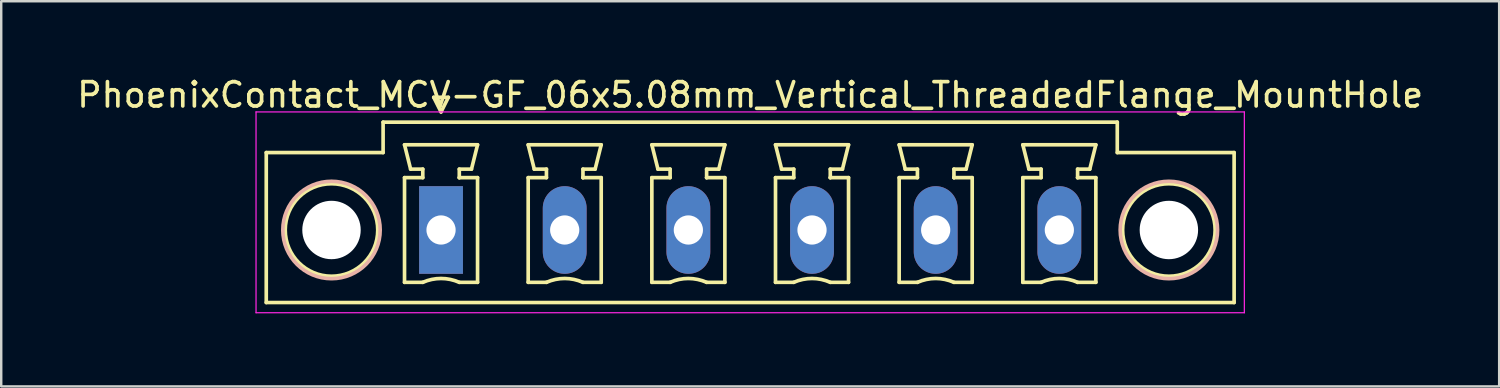
<source format=kicad_pcb>
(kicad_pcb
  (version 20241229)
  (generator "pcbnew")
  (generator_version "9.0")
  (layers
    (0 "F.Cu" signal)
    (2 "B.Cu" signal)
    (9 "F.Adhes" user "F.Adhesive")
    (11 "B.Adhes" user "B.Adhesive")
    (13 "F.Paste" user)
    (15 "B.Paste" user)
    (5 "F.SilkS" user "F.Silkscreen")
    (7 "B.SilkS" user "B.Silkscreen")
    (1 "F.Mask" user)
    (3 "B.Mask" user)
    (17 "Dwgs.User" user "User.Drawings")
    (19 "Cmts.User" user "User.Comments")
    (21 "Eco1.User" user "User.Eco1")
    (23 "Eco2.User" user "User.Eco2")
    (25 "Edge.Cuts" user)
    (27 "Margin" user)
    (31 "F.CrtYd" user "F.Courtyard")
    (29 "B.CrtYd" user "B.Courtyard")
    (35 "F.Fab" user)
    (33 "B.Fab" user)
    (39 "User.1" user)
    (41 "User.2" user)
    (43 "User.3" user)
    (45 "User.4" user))
  (footprint "PhoenixContact_MCV-GF_06x5.08mm_Vertical_ThreadedFlange_MountHole"
    (layer "F.Cu")
    (at 15.068 6.398)
    (property "Reference" "PhoenixContact_MCV-GF_06x5.08mm_Vertical_ThreadedFlange_MountHole" (at 12.7 -5.55 0) (layer "F.SilkS") (effects (font (size 1 1) (thickness 0.15))))
    (attr through_hole)
    (fp_line (start -7.18 -3.18) (end -7.18 2.98) (stroke (width 0.15) (type solid)) (layer "F.SilkS"))
    (fp_line (start -7.18 2.98) (end 32.58 2.98) (stroke (width 0.15) (type solid)) (layer "F.SilkS"))
    (fp_line (start -2.38 -4.43) (end -2.38 -3.18) (stroke (width 0.15) (type solid)) (layer "F.SilkS"))
    (fp_line (start -2.38 -3.18) (end -7.18 -3.18) (stroke (width 0.15) (type solid)) (layer "F.SilkS"))
    (fp_line (start -1.5 -3.5) (end 1.5 -3.5) (stroke (width 0.15) (type solid)) (layer "F.SilkS"))
    (fp_line (start -1.5 -2.15) (end -0.75 -2.15) (stroke (width 0.15) (type solid)) (layer "F.SilkS"))
    (fp_line (start -1.5 2.15) (end -1.5 -2.15) (stroke (width 0.15) (type solid)) (layer "F.SilkS"))
    (fp_line (start -1.25 -2.5) (end -1.5 -3.5) (stroke (width 0.15) (type solid)) (layer "F.SilkS"))
    (fp_line (start -0.75 -2.5) (end -1.25 -2.5) (stroke (width 0.15) (type solid)) (layer "F.SilkS"))
    (fp_line (start -0.75 -2.15) (end -0.75 -2.5) (stroke (width 0.15) (type solid)) (layer "F.SilkS"))
    (fp_line (start -0.75 2.15) (end -1.5 2.15) (stroke (width 0.15) (type solid)) (layer "F.SilkS"))
    (fp_line (start -0.3 -5.45) (end 0 -4.85) (stroke (width 0.15) (type solid)) (layer "F.SilkS"))
    (fp_line (start 0 -4.85) (end 0.3 -5.45) (stroke (width 0.15) (type solid)) (layer "F.SilkS"))
    (fp_line (start 0.3 -5.45) (end -0.3 -5.45) (stroke (width 0.15) (type solid)) (layer "F.SilkS"))
    (fp_line (start 0.75 -2.5) (end 0.75 -2.15) (stroke (width 0.15) (type solid)) (layer "F.SilkS"))
    (fp_line (start 0.75 -2.15) (end 0.75 -2.15) (stroke (width 0.15) (type solid)) (layer "F.SilkS"))
    (fp_line (start 0.75 -2.15) (end 1.5 -2.15) (stroke (width 0.15) (type solid)) (layer "F.SilkS"))
    (fp_line (start 1.25 -2.5) (end 0.75 -2.5) (stroke (width 0.15) (type solid)) (layer "F.SilkS"))
    (fp_line (start 1.5 -3.5) (end 1.25 -2.5) (stroke (width 0.15) (type solid)) (layer "F.SilkS"))
    (fp_line (start 1.5 -2.15) (end 1.5 2.15) (stroke (width 0.15) (type solid)) (layer "F.SilkS"))
    (fp_line (start 1.5 2.15) (end 0.75 2.15) (stroke (width 0.15) (type solid)) (layer "F.SilkS"))
    (fp_line (start 3.58 -3.5) (end 6.58 -3.5) (stroke (width 0.15) (type solid)) (layer "F.SilkS"))
    (fp_line (start 3.58 -2.15) (end 4.33 -2.15) (stroke (width 0.15) (type solid)) (layer "F.SilkS"))
    (fp_line (start 3.58 2.15) (end 3.58 -2.15) (stroke (width 0.15) (type solid)) (layer "F.SilkS"))
    (fp_line (start 3.83 -2.5) (end 3.58 -3.5) (stroke (width 0.15) (type solid)) (layer "F.SilkS"))
    (fp_line (start 4.33 -2.5) (end 3.83 -2.5) (stroke (width 0.15) (type solid)) (layer "F.SilkS"))
    (fp_line (start 4.33 -2.15) (end 4.33 -2.5) (stroke (width 0.15) (type solid)) (layer "F.SilkS"))
    (fp_line (start 4.33 2.15) (end 3.58 2.15) (stroke (width 0.15) (type solid)) (layer "F.SilkS"))
    (fp_line (start 5.83 -2.5) (end 5.83 -2.15) (stroke (width 0.15) (type solid)) (layer "F.SilkS"))
    (fp_line (start 5.83 -2.15) (end 5.83 -2.15) (stroke (width 0.15) (type solid)) (layer "F.SilkS"))
    (fp_line (start 5.83 -2.15) (end 6.58 -2.15) (stroke (width 0.15) (type solid)) (layer "F.SilkS"))
    (fp_line (start 6.33 -2.5) (end 5.83 -2.5) (stroke (width 0.15) (type solid)) (layer "F.SilkS"))
    (fp_line (start 6.58 -3.5) (end 6.33 -2.5) (stroke (width 0.15) (type solid)) (layer "F.SilkS"))
    (fp_line (start 6.58 -2.15) (end 6.58 2.15) (stroke (width 0.15) (type solid)) (layer "F.SilkS"))
    (fp_line (start 6.58 2.15) (end 5.83 2.15) (stroke (width 0.15) (type solid)) (layer "F.SilkS"))
    (fp_line (start 8.66 -3.5) (end 11.66 -3.5) (stroke (width 0.15) (type solid)) (layer "F.SilkS"))
    (fp_line (start 8.66 -2.15) (end 9.41 -2.15) (stroke (width 0.15) (type solid)) (layer "F.SilkS"))
    (fp_line (start 8.66 2.15) (end 8.66 -2.15) (stroke (width 0.15) (type solid)) (layer "F.SilkS"))
    (fp_line (start 8.91 -2.5) (end 8.66 -3.5) (stroke (width 0.15) (type solid)) (layer "F.SilkS"))
    (fp_line (start 9.41 -2.5) (end 8.91 -2.5) (stroke (width 0.15) (type solid)) (layer "F.SilkS"))
    (fp_line (start 9.41 -2.15) (end 9.41 -2.5) (stroke (width 0.15) (type solid)) (layer "F.SilkS"))
    (fp_line (start 9.41 2.15) (end 8.66 2.15) (stroke (width 0.15) (type solid)) (layer "F.SilkS"))
    (fp_line (start 10.91 -2.5) (end 10.91 -2.15) (stroke (width 0.15) (type solid)) (layer "F.SilkS"))
    (fp_line (start 10.91 -2.15) (end 10.91 -2.15) (stroke (width 0.15) (type solid)) (layer "F.SilkS"))
    (fp_line (start 10.91 -2.15) (end 11.66 -2.15) (stroke (width 0.15) (type solid)) (layer "F.SilkS"))
    (fp_line (start 11.41 -2.5) (end 10.91 -2.5) (stroke (width 0.15) (type solid)) (layer "F.SilkS"))
    (fp_line (start 11.66 -3.5) (end 11.41 -2.5) (stroke (width 0.15) (type solid)) (layer "F.SilkS"))
    (fp_line (start 11.66 -2.15) (end 11.66 2.15) (stroke (width 0.15) (type solid)) (layer "F.SilkS"))
    (fp_line (start 11.66 2.15) (end 10.91 2.15) (stroke (width 0.15) (type solid)) (layer "F.SilkS"))
    (fp_line (start 13.74 -3.5) (end 16.74 -3.5) (stroke (width 0.15) (type solid)) (layer "F.SilkS"))
    (fp_line (start 13.74 -2.15) (end 14.49 -2.15) (stroke (width 0.15) (type solid)) (layer "F.SilkS"))
    (fp_line (start 13.74 2.15) (end 13.74 -2.15) (stroke (width 0.15) (type solid)) (layer "F.SilkS"))
    (fp_line (start 13.99 -2.5) (end 13.74 -3.5) (stroke (width 0.15) (type solid)) (layer "F.SilkS"))
    (fp_line (start 14.49 -2.5) (end 13.99 -2.5) (stroke (width 0.15) (type solid)) (layer "F.SilkS"))
    (fp_line (start 14.49 -2.15) (end 14.49 -2.5) (stroke (width 0.15) (type solid)) (layer "F.SilkS"))
    (fp_line (start 14.49 2.15) (end 13.74 2.15) (stroke (width 0.15) (type solid)) (layer "F.SilkS"))
    (fp_line (start 15.99 -2.5) (end 15.99 -2.15) (stroke (width 0.15) (type solid)) (layer "F.SilkS"))
    (fp_line (start 15.99 -2.15) (end 15.99 -2.15) (stroke (width 0.15) (type solid)) (layer "F.SilkS"))
    (fp_line (start 15.99 -2.15) (end 16.74 -2.15) (stroke (width 0.15) (type solid)) (layer "F.SilkS"))
    (fp_line (start 16.49 -2.5) (end 15.99 -2.5) (stroke (width 0.15) (type solid)) (layer "F.SilkS"))
    (fp_line (start 16.74 -3.5) (end 16.49 -2.5) (stroke (width 0.15) (type solid)) (layer "F.SilkS"))
    (fp_line (start 16.74 -2.15) (end 16.74 2.15) (stroke (width 0.15) (type solid)) (layer "F.SilkS"))
    (fp_line (start 16.74 2.15) (end 15.99 2.15) (stroke (width 0.15) (type solid)) (layer "F.SilkS"))
    (fp_line (start 18.82 -3.5) (end 21.82 -3.5) (stroke (width 0.15) (type solid)) (layer "F.SilkS"))
    (fp_line (start 18.82 -2.15) (end 19.57 -2.15) (stroke (width 0.15) (type solid)) (layer "F.SilkS"))
    (fp_line (start 18.82 2.15) (end 18.82 -2.15) (stroke (width 0.15) (type solid)) (layer "F.SilkS"))
    (fp_line (start 19.07 -2.5) (end 18.82 -3.5) (stroke (width 0.15) (type solid)) (layer "F.SilkS"))
    (fp_line (start 19.57 -2.5) (end 19.07 -2.5) (stroke (width 0.15) (type solid)) (layer "F.SilkS"))
    (fp_line (start 19.57 -2.15) (end 19.57 -2.5) (stroke (width 0.15) (type solid)) (layer "F.SilkS"))
    (fp_line (start 19.57 2.15) (end 18.82 2.15) (stroke (width 0.15) (type solid)) (layer "F.SilkS"))
    (fp_line (start 21.07 -2.5) (end 21.07 -2.15) (stroke (width 0.15) (type solid)) (layer "F.SilkS"))
    (fp_line (start 21.07 -2.15) (end 21.07 -2.15) (stroke (width 0.15) (type solid)) (layer "F.SilkS"))
    (fp_line (start 21.07 -2.15) (end 21.82 -2.15) (stroke (width 0.15) (type solid)) (layer "F.SilkS"))
    (fp_line (start 21.57 -2.5) (end 21.07 -2.5) (stroke (width 0.15) (type solid)) (layer "F.SilkS"))
    (fp_line (start 21.82 -3.5) (end 21.57 -2.5) (stroke (width 0.15) (type solid)) (layer "F.SilkS"))
    (fp_line (start 21.82 -2.15) (end 21.82 2.15) (stroke (width 0.15) (type solid)) (layer "F.SilkS"))
    (fp_line (start 21.82 2.15) (end 21.07 2.15) (stroke (width 0.15) (type solid)) (layer "F.SilkS"))
    (fp_line (start 23.9 -3.5) (end 26.9 -3.5) (stroke (width 0.15) (type solid)) (layer "F.SilkS"))
    (fp_line (start 23.9 -2.15) (end 24.65 -2.15) (stroke (width 0.15) (type solid)) (layer "F.SilkS"))
    (fp_line (start 23.9 2.15) (end 23.9 -2.15) (stroke (width 0.15) (type solid)) (layer "F.SilkS"))
    (fp_line (start 24.15 -2.5) (end 23.9 -3.5) (stroke (width 0.15) (type solid)) (layer "F.SilkS"))
    (fp_line (start 24.65 -2.5) (end 24.15 -2.5) (stroke (width 0.15) (type solid)) (layer "F.SilkS"))
    (fp_line (start 24.65 -2.15) (end 24.65 -2.5) (stroke (width 0.15) (type solid)) (layer "F.SilkS"))
    (fp_line (start 24.65 2.15) (end 23.9 2.15) (stroke (width 0.15) (type solid)) (layer "F.SilkS"))
    (fp_line (start 26.15 -2.5) (end 26.15 -2.15) (stroke (width 0.15) (type solid)) (layer "F.SilkS"))
    (fp_line (start 26.15 -2.15) (end 26.15 -2.15) (stroke (width 0.15) (type solid)) (layer "F.SilkS"))
    (fp_line (start 26.15 -2.15) (end 26.9 -2.15) (stroke (width 0.15) (type solid)) (layer "F.SilkS"))
    (fp_line (start 26.65 -2.5) (end 26.15 -2.5) (stroke (width 0.15) (type solid)) (layer "F.SilkS"))
    (fp_line (start 26.9 -3.5) (end 26.65 -2.5) (stroke (width 0.15) (type solid)) (layer "F.SilkS"))
    (fp_line (start 26.9 -2.15) (end 26.9 2.15) (stroke (width 0.15) (type solid)) (layer "F.SilkS"))
    (fp_line (start 26.9 2.15) (end 26.15 2.15) (stroke (width 0.15) (type solid)) (layer "F.SilkS"))
    (fp_line (start 27.78 -4.43) (end -2.38 -4.43) (stroke (width 0.15) (type solid)) (layer "F.SilkS"))
    (fp_line (start 27.78 -3.18) (end 27.78 -4.43) (stroke (width 0.15) (type solid)) (layer "F.SilkS"))
    (fp_line (start 32.58 -3.18) (end 27.78 -3.18) (stroke (width 0.15) (type solid)) (layer "F.SilkS"))
    (fp_line (start 32.58 2.98) (end 32.58 -3.18) (stroke (width 0.15) (type solid)) (layer "F.SilkS"))
    (fp_arc (start -0.75 2.15) (mid -0.000193 1.99191) (end 0.749647 2.149844) (stroke (width 0.15) (type solid)) (layer "F.SilkS"))
    (fp_arc (start 4.33 2.15) (mid 5.079807 1.99191) (end 5.829647 2.149844) (stroke (width 0.15) (type solid)) (layer "F.SilkS"))
    (fp_arc (start 9.41 2.15) (mid 10.159807 1.99191) (end 10.909647 2.149844) (stroke (width 0.15) (type solid)) (layer "F.SilkS"))
    (fp_arc (start 14.49 2.15) (mid 15.239807 1.99191) (end 15.989647 2.149844) (stroke (width 0.15) (type solid)) (layer "F.SilkS"))
    (fp_arc (start 19.57 2.15) (mid 20.319807 1.99191) (end 21.069647 2.149844) (stroke (width 0.15) (type solid)) (layer "F.SilkS"))
    (fp_arc (start 24.65 2.15) (mid 25.399807 1.99191) (end 26.149647 2.149844) (stroke (width 0.15) (type solid)) (layer "F.SilkS"))
    (fp_circle (center -4.5 0) (end -2.6 0) (stroke (width 0.15) (type solid)) (fill no) (layer "F.SilkS"))
    (fp_circle (center 29.9 0) (end 31.8 0) (stroke (width 0.15) (type solid)) (fill no) (layer "F.SilkS"))
    (fp_circle (center -4.5 0) (end -2.5 0) (stroke (width 0.15) (type solid)) (fill no) (layer "B.SilkS"))
    (fp_circle (center 29.9 0) (end 31.9 0) (stroke (width 0.15) (type solid)) (fill no) (layer "B.SilkS"))
    (fp_line (start -7.6 -4.85) (end -7.6 3.4) (stroke (width 0.05) (type solid)) (layer "F.CrtYd"))
    (fp_line (start -7.6 3.4) (end 33 3.4) (stroke (width 0.05) (type solid)) (layer "F.CrtYd"))
    (fp_line (start 33 -4.85) (end -7.6 -4.85) (stroke (width 0.05) (type solid)) (layer "F.CrtYd"))
    (fp_line (start 33 3.4) (end 33 -4.85) (stroke (width 0.05) (type solid)) (layer "F.CrtYd"))
    (pad "" np_thru_hole circle (at -4.5 0) (size 2.4 2.4) (drill 2.4) (layers "*.Cu" "*.Mask"))
    (pad "" np_thru_hole circle (at 29.9 0) (size 2.4 2.4) (drill 2.4) (layers "*.Cu" "*.Mask"))
    (pad "1" thru_hole rect (at 0 0) (size 1.8 3.6) (drill 1.2) (layers "*.Cu" "*.Mask"))
    (pad "2" thru_hole oval (at 5.08 0) (size 1.8 3.6) (drill 1.2) (layers "*.Cu" "*.Mask"))
    (pad "3" thru_hole oval (at 10.16 0) (size 1.8 3.6) (drill 1.2) (layers "*.Cu" "*.Mask"))
    (pad "4" thru_hole oval (at 15.24 0) (size 1.8 3.6) (drill 1.2) (layers "*.Cu" "*.Mask"))
    (pad "5" thru_hole oval (at 20.32 0) (size 1.8 3.6) (drill 1.2) (layers "*.Cu" "*.Mask"))
    (pad "6" thru_hole oval (at 25.4 0) (size 1.8 3.6) (drill 1.2) (layers "*.Cu" "*.Mask")))
  (gr_rect
    (start -3 -3)
    (end 58.536 12.823)
    (stroke (width 0.1) (type default))
    (fill no)
    (layer "Edge.Cuts")))
</source>
